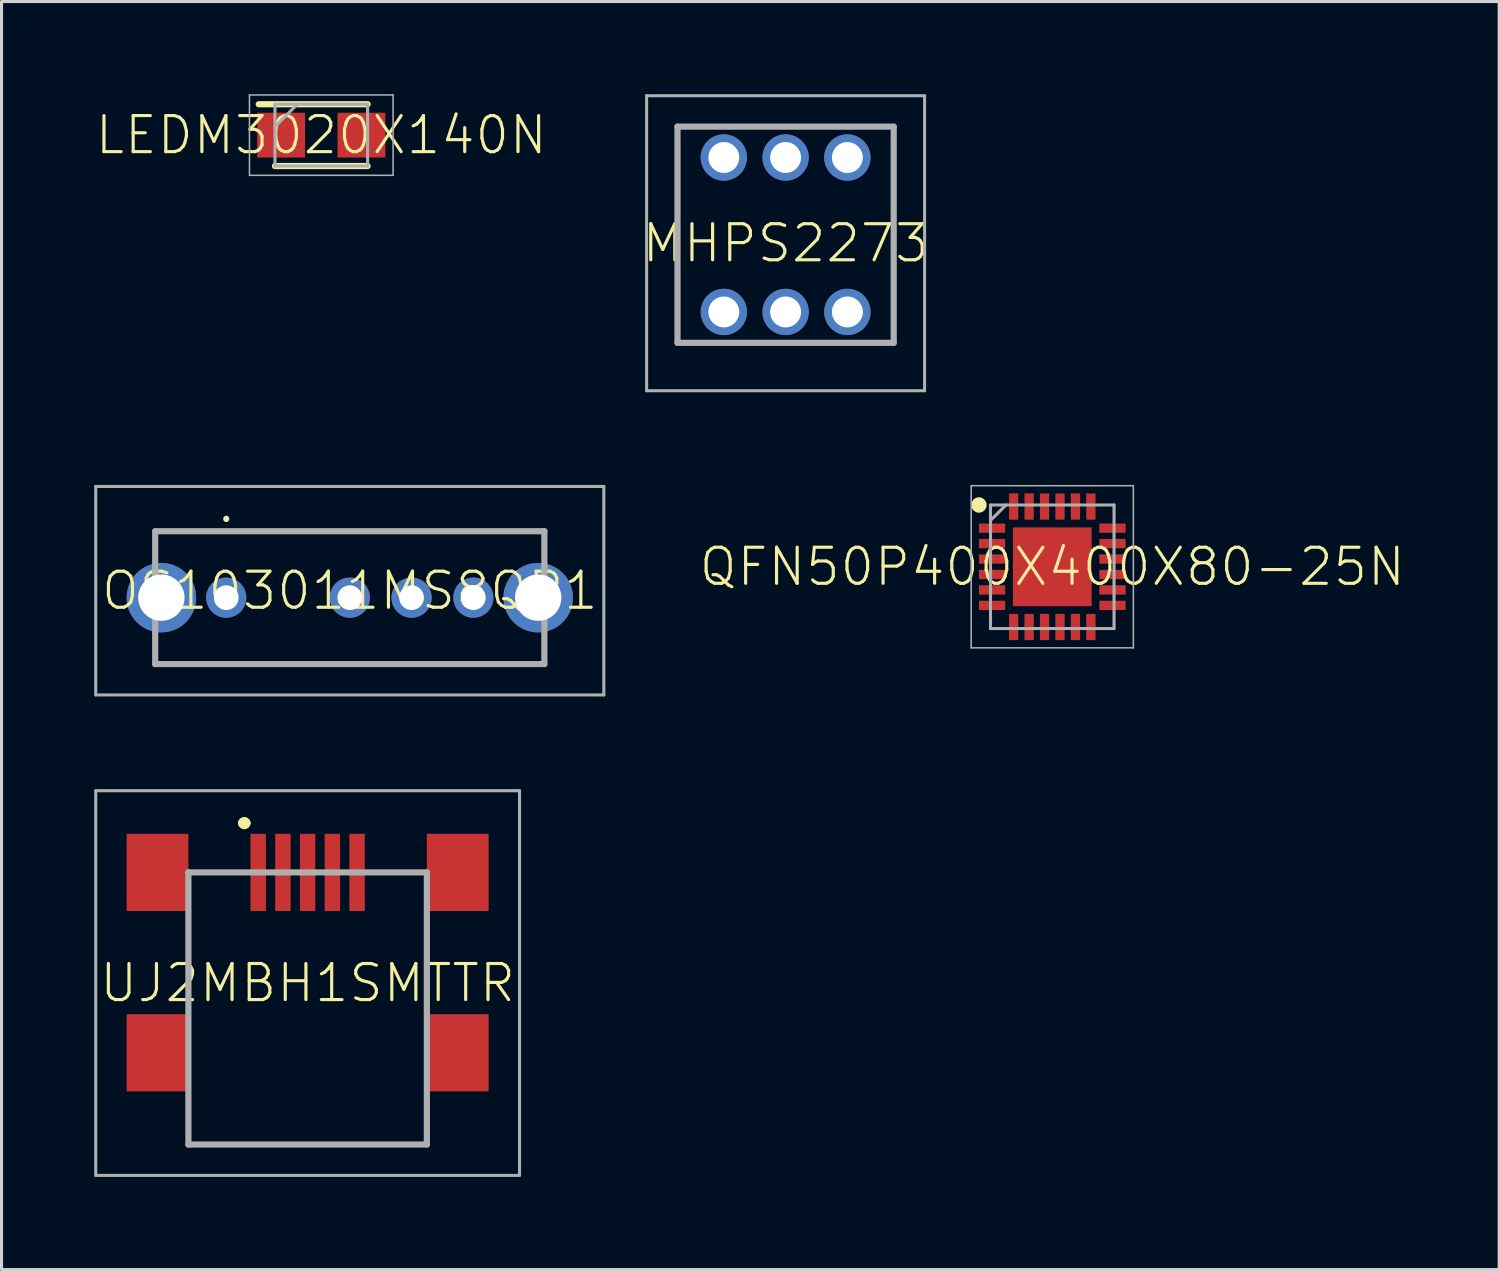
<source format=kicad_pcb>
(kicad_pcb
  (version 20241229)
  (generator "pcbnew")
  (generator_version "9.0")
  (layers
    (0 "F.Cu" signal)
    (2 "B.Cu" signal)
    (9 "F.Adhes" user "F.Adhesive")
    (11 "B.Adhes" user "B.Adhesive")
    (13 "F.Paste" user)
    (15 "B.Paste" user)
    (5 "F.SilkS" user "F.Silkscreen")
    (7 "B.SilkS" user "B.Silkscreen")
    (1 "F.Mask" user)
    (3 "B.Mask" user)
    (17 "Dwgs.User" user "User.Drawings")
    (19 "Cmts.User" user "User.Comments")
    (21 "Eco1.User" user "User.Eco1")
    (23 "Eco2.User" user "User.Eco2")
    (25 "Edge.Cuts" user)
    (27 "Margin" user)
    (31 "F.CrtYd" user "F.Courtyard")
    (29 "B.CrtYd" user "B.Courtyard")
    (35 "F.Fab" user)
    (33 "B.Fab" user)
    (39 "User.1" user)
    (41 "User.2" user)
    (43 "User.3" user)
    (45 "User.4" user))
  (footprint "UJ2MBH1SMTTR"
    (layer "F.Cu")
    (at 6.91 29.6)
    (property "Reference" "UJ2MBH1SMTTR" (at 0 -0.822 0) (layer "F.SilkS") (effects (font (size 1.168 1.168) (thickness 0.102))))
    (fp_line (start -2.1 -6) (end -2.1 -6) (stroke (width 0.3) (type solid)) (layer "F.SilkS"))
    (fp_line (start -2 -6) (end -2 -6) (stroke (width 0.3) (type solid)) (layer "F.SilkS"))
    (fp_arc (start -2.1 -6) (mid -2.05 -6.05) (end -2 -6) (stroke (width 0.3) (type solid)) (layer "F.SilkS"))
    (fp_arc (start -2 -6) (mid -2.05 -5.95) (end -2.1 -6) (stroke (width 0.3) (type solid)) (layer "F.SilkS"))
    (fp_line (start -6.86 -7.05) (end 6.86 -7.05) (stroke (width 0.1) (type solid)) (layer "F.Fab"))
    (fp_line (start -6.86 5.405) (end -6.86 -7.05) (stroke (width 0.1) (type solid)) (layer "F.Fab"))
    (fp_line (start -3.86 -4.405) (end 3.86 -4.405) (stroke (width 0.2) (type solid)) (layer "F.Fab"))
    (fp_line (start -3.86 4.405) (end -3.86 -4.405) (stroke (width 0.2) (type solid)) (layer "F.Fab"))
    (fp_line (start 3.86 -4.405) (end 3.86 4.405) (stroke (width 0.2) (type solid)) (layer "F.Fab"))
    (fp_line (start 3.86 4.405) (end -3.86 4.405) (stroke (width 0.2) (type solid)) (layer "F.Fab"))
    (fp_line (start 6.86 -7.05) (end 6.86 5.405) (stroke (width 0.1) (type solid)) (layer "F.Fab"))
    (fp_line (start 6.86 5.405) (end -6.86 5.405) (stroke (width 0.1) (type solid)) (layer "F.Fab"))
    (pad "1" smd rect (at -1.6 -4.405 90) (size 2.5 0.5) (layers "F.Cu" "F.Mask" "F.Paste"))
    (pad "2" smd rect (at -0.8 -4.405 90) (size 2.5 0.5) (layers "F.Cu" "F.Mask" "F.Paste"))
    (pad "3" smd rect (at 0 -4.405 90) (size 2.5 0.5) (layers "F.Cu" "F.Mask" "F.Paste"))
    (pad "4" smd rect (at 0.8 -4.405 90) (size 2.5 0.5) (layers "F.Cu" "F.Mask" "F.Paste"))
    (pad "5" smd rect (at 1.6 -4.405 90) (size 2.5 0.5) (layers "F.Cu" "F.Mask" "F.Paste"))
    (pad "MP1" smd rect (at -4.86 -4.405 90) (size 2.5 2) (layers "F.Cu" "F.Mask" "F.Paste"))
    (pad "MP2" smd rect (at 4.86 -4.405 90) (size 2.5 2) (layers "F.Cu" "F.Mask" "F.Paste"))
    (pad "MP3" smd rect (at -4.86 1.435 90) (size 2.5 2) (layers "F.Cu" "F.Mask" "F.Paste"))
    (pad "MP4" smd rect (at 4.86 1.435 90) (size 2.5 2) (layers "F.Cu" "F.Mask" "F.Paste")))
  (footprint "LEDM3020X140N"
    (layer "F.Cu")
    (at 7.352 1.325)
    (property "Reference" "LEDM3020X140N" (at 0 0 0) (layer "F.SilkS") (effects (font (size 1.168 1.168) (thickness 0.102))))
    (fp_line (start -1.5 1) (end 1.5 1) (stroke (width 0.2) (type solid)) (layer "F.SilkS"))
    (fp_line (start 1.5 -1) (end -2.025 -1) (stroke (width 0.2) (type solid)) (layer "F.SilkS"))
    (fp_line (start -2.325 -1.3) (end 2.325 -1.3) (stroke (width 0.05) (type solid)) (layer "F.Fab"))
    (fp_line (start -2.325 1.3) (end -2.325 -1.3) (stroke (width 0.05) (type solid)) (layer "F.Fab"))
    (fp_line (start -1.5 -1) (end 1.5 -1) (stroke (width 0.1) (type solid)) (layer "F.Fab"))
    (fp_line (start -1.5 -0.275) (end -0.775 -1) (stroke (width 0.1) (type solid)) (layer "F.Fab"))
    (fp_line (start -1.5 1) (end -1.5 -1) (stroke (width 0.1) (type solid)) (layer "F.Fab"))
    (fp_line (start 1.5 -1) (end 1.5 1) (stroke (width 0.1) (type solid)) (layer "F.Fab"))
    (fp_line (start 1.5 1) (end -1.5 1) (stroke (width 0.1) (type solid)) (layer "F.Fab"))
    (fp_line (start 2.325 -1.3) (end 2.325 1.3) (stroke (width 0.05) (type solid)) (layer "F.Fab"))
    (fp_line (start 2.325 1.3) (end -2.325 1.3) (stroke (width 0.05) (type solid)) (layer "F.Fab"))
    (pad "1" smd rect (at -1.3 0) (size 1.55 1.45) (layers "F.Cu" "F.Mask" "F.Paste"))
    (pad "2" smd rect (at 1.3 0) (size 1.55 1.45) (layers "F.Cu" "F.Mask" "F.Paste")))
  (footprint "QFN50P400X400X80-25N"
    (layer "F.Cu")
    (at 31.019 15.3)
    (property "Reference" "QFN50P400X400X80-25N" (at 0 0 0) (layer "F.SilkS") (effects (font (size 1.168 1.168) (thickness 0.102))))
    (fp_circle (center -2.375 -2) (end -2.25 -2) (stroke (width 0.25) (type solid)) (fill no) (layer "F.SilkS"))
    (fp_line (start -2.625 -2.625) (end 2.625 -2.625) (stroke (width 0.05) (type solid)) (layer "F.Fab"))
    (fp_line (start -2.625 2.625) (end -2.625 -2.625) (stroke (width 0.05) (type solid)) (layer "F.Fab"))
    (fp_line (start -2 -2) (end 2 -2) (stroke (width 0.1) (type solid)) (layer "F.Fab"))
    (fp_line (start -2 -1.5) (end -1.5 -2) (stroke (width 0.1) (type solid)) (layer "F.Fab"))
    (fp_line (start -2 2) (end -2 -2) (stroke (width 0.1) (type solid)) (layer "F.Fab"))
    (fp_line (start 2 -2) (end 2 2) (stroke (width 0.1) (type solid)) (layer "F.Fab"))
    (fp_line (start 2 2) (end -2 2) (stroke (width 0.1) (type solid)) (layer "F.Fab"))
    (fp_line (start 2.625 -2.625) (end 2.625 2.625) (stroke (width 0.05) (type solid)) (layer "F.Fab"))
    (fp_line (start 2.625 2.625) (end -2.625 2.625) (stroke (width 0.05) (type solid)) (layer "F.Fab"))
    (pad "1" smd rect (at -1.95 -1.25) (size 0.85 0.3) (layers "F.Cu" "F.Mask" "F.Paste"))
    (pad "2" smd rect (at -1.95 -0.75) (size 0.85 0.3) (layers "F.Cu" "F.Mask" "F.Paste"))
    (pad "3" smd rect (at -1.95 -0.25) (size 0.85 0.3) (layers "F.Cu" "F.Mask" "F.Paste"))
    (pad "4" smd rect (at -1.95 0.25) (size 0.85 0.3) (layers "F.Cu" "F.Mask" "F.Paste"))
    (pad "5" smd rect (at -1.95 0.75) (size 0.85 0.3) (layers "F.Cu" "F.Mask" "F.Paste"))
    (pad "6" smd rect (at -1.95 1.25) (size 0.85 0.3) (layers "F.Cu" "F.Mask" "F.Paste"))
    (pad "7" smd rect (at -1.25 1.95 90) (size 0.85 0.3) (layers "F.Cu" "F.Mask" "F.Paste"))
    (pad "8" smd rect (at -0.75 1.95 90) (size 0.85 0.3) (layers "F.Cu" "F.Mask" "F.Paste"))
    (pad "9" smd rect (at -0.25 1.95 90) (size 0.85 0.3) (layers "F.Cu" "F.Mask" "F.Paste"))
    (pad "10" smd rect (at 0.25 1.95 90) (size 0.85 0.3) (layers "F.Cu" "F.Mask" "F.Paste"))
    (pad "11" smd rect (at 0.75 1.95 90) (size 0.85 0.3) (layers "F.Cu" "F.Mask" "F.Paste"))
    (pad "12" smd rect (at 1.25 1.95 90) (size 0.85 0.3) (layers "F.Cu" "F.Mask" "F.Paste"))
    (pad "13" smd rect (at 1.95 1.25) (size 0.85 0.3) (layers "F.Cu" "F.Mask" "F.Paste"))
    (pad "14" smd rect (at 1.95 0.75) (size 0.85 0.3) (layers "F.Cu" "F.Mask" "F.Paste"))
    (pad "15" smd rect (at 1.95 0.25) (size 0.85 0.3) (layers "F.Cu" "F.Mask" "F.Paste"))
    (pad "16" smd rect (at 1.95 -0.25) (size 0.85 0.3) (layers "F.Cu" "F.Mask" "F.Paste"))
    (pad "17" smd rect (at 1.95 -0.75) (size 0.85 0.3) (layers "F.Cu" "F.Mask" "F.Paste"))
    (pad "18" smd rect (at 1.95 -1.25) (size 0.85 0.3) (layers "F.Cu" "F.Mask" "F.Paste"))
    (pad "19" smd rect (at 1.25 -1.95 90) (size 0.85 0.3) (layers "F.Cu" "F.Mask" "F.Paste"))
    (pad "20" smd rect (at 0.75 -1.95 90) (size 0.85 0.3) (layers "F.Cu" "F.Mask" "F.Paste"))
    (pad "21" smd rect (at 0.25 -1.95 90) (size 0.85 0.3) (layers "F.Cu" "F.Mask" "F.Paste"))
    (pad "22" smd rect (at -0.25 -1.95 90) (size 0.85 0.3) (layers "F.Cu" "F.Mask" "F.Paste"))
    (pad "23" smd rect (at -0.75 -1.95 90) (size 0.85 0.3) (layers "F.Cu" "F.Mask" "F.Paste"))
    (pad "24" smd rect (at -1.25 -1.95 90) (size 0.85 0.3) (layers "F.Cu" "F.Mask" "F.Paste"))
    (pad "25" smd rect (at 0 0 90) (size 2.55 2.55) (layers "F.Cu" "F.Mask" "F.Paste")))
  (footprint "OS103011MS8QP1"
    (layer "F.Cu")
    (at 8.275 16.3)
    (property "Reference" "OS103011MS8QP1" (at 0 -0.225 0) (layer "F.SilkS") (effects (font (size 1.168 1.168) (thickness 0.102))))
    (fp_line (start -6.3 -2.15) (end 6.3 -2.15) (stroke (width 0.1) (type solid)) (layer "F.SilkS"))
    (fp_line (start -6.3 2.15) (end 6.3 2.15) (stroke (width 0.1) (type solid)) (layer "F.SilkS"))
    (fp_line (start -4 -2.6) (end -4 -2.6) (stroke (width 0.1) (type solid)) (layer "F.SilkS"))
    (fp_line (start -4 -2.5) (end -4 -2.5) (stroke (width 0.1) (type solid)) (layer "F.SilkS"))
    (fp_arc (start -4 -2.6) (mid -3.95 -2.55) (end -4 -2.5) (stroke (width 0.1) (type solid)) (layer "F.SilkS"))
    (fp_arc (start -4 -2.5) (mid -4.05 -2.55) (end -4 -2.6) (stroke (width 0.1) (type solid)) (layer "F.SilkS"))
    (fp_line (start -8.225 -3.6) (end 8.225 -3.6) (stroke (width 0.1) (type solid)) (layer "F.Fab"))
    (fp_line (start -8.225 3.15) (end -8.225 -3.6) (stroke (width 0.1) (type solid)) (layer "F.Fab"))
    (fp_line (start -6.3 -2.15) (end 6.3 -2.15) (stroke (width 0.2) (type solid)) (layer "F.Fab"))
    (fp_line (start -6.3 2.15) (end -6.3 -2.15) (stroke (width 0.2) (type solid)) (layer "F.Fab"))
    (fp_line (start 6.3 -2.15) (end 6.3 2.15) (stroke (width 0.2) (type solid)) (layer "F.Fab"))
    (fp_line (start 6.3 2.15) (end -6.3 2.15) (stroke (width 0.2) (type solid)) (layer "F.Fab"))
    (fp_line (start 8.225 -3.6) (end 8.225 3.15) (stroke (width 0.1) (type solid)) (layer "F.Fab"))
    (fp_line (start 8.225 3.15) (end -8.225 3.15) (stroke (width 0.1) (type solid)) (layer "F.Fab"))
    (pad "1" thru_hole circle (at -4 0) (size 1.3 1.3) (drill 0.8) (layers "*.Cu" "*.Mask"))
    (pad "2" thru_hole circle (at 0 0) (size 1.3 1.3) (drill 0.8) (layers "*.Cu" "*.Mask"))
    (pad "3" thru_hole circle (at 2 0) (size 1.3 1.3) (drill 0.8) (layers "*.Cu" "*.Mask"))
    (pad "4" thru_hole circle (at 4 0) (size 1.3 1.3) (drill 0.8) (layers "*.Cu" "*.Mask"))
    (pad "5" thru_hole circle (at -6.1 0) (size 2.25 2.25) (drill 1.5) (layers "*.Cu" "*.Mask"))
    (pad "6" thru_hole circle (at 6.1 0) (size 2.25 2.25) (drill 1.5) (layers "*.Cu" "*.Mask")))
  (footprint "MHPS2273"
    (layer "F.Cu")
    (at 20.385 7.05)
    (property "Reference" "MHPS2273" (at 2 -2.225 0) (layer "F.SilkS") (effects (font (size 1.168 1.168) (thickness 0.102))))
    (fp_line (start -1.5 -6) (end -1.5 1) (stroke (width 0.1) (type solid)) (layer "F.SilkS"))
    (fp_line (start 5.5 -6) (end 5.5 1) (stroke (width 0.1) (type solid)) (layer "F.SilkS"))
    (fp_line (start -2.5 -7) (end 6.5 -7) (stroke (width 0.1) (type solid)) (layer "F.Fab"))
    (fp_line (start -2.5 2.55) (end -2.5 -7) (stroke (width 0.1) (type solid)) (layer "F.Fab"))
    (fp_line (start -1.5 -6) (end 5.5 -6) (stroke (width 0.2) (type solid)) (layer "F.Fab"))
    (fp_line (start -1.5 1) (end -1.5 -6) (stroke (width 0.2) (type solid)) (layer "F.Fab"))
    (fp_line (start 5.5 -6) (end 5.5 1) (stroke (width 0.2) (type solid)) (layer "F.Fab"))
    (fp_line (start 5.5 1) (end -1.5 1) (stroke (width 0.2) (type solid)) (layer "F.Fab"))
    (fp_line (start 6.5 -7) (end 6.5 2.55) (stroke (width 0.1) (type solid)) (layer "F.Fab"))
    (fp_line (start 6.5 2.55) (end -2.5 2.55) (stroke (width 0.1) (type solid)) (layer "F.Fab"))
    (pad "A1" thru_hole circle (at 0 0) (size 1.5 1.5) (drill 1) (layers "*.Cu" "*.Mask"))
    (pad "A2" thru_hole circle (at 4 0) (size 1.5 1.5) (drill 1) (layers "*.Cu" "*.Mask"))
    (pad "B1" thru_hole circle (at 0 -5) (size 1.5 1.5) (drill 1) (layers "*.Cu" "*.Mask"))
    (pad "B2" thru_hole circle (at 4 -5) (size 1.5 1.5) (drill 1) (layers "*.Cu" "*.Mask"))
    (pad "C1" thru_hole circle (at 2 0) (size 1.5 1.5) (drill 1) (layers "*.Cu" "*.Mask"))
    (pad "C2" thru_hole circle (at 2 -5) (size 1.5 1.5) (drill 1) (layers "*.Cu" "*.Mask")))
  (gr_rect
    (start -3 -3)
    (end 45.488 38.055)
    (stroke (width 0.1) (type default))
    (fill no)
    (layer "Edge.Cuts")))
</source>
